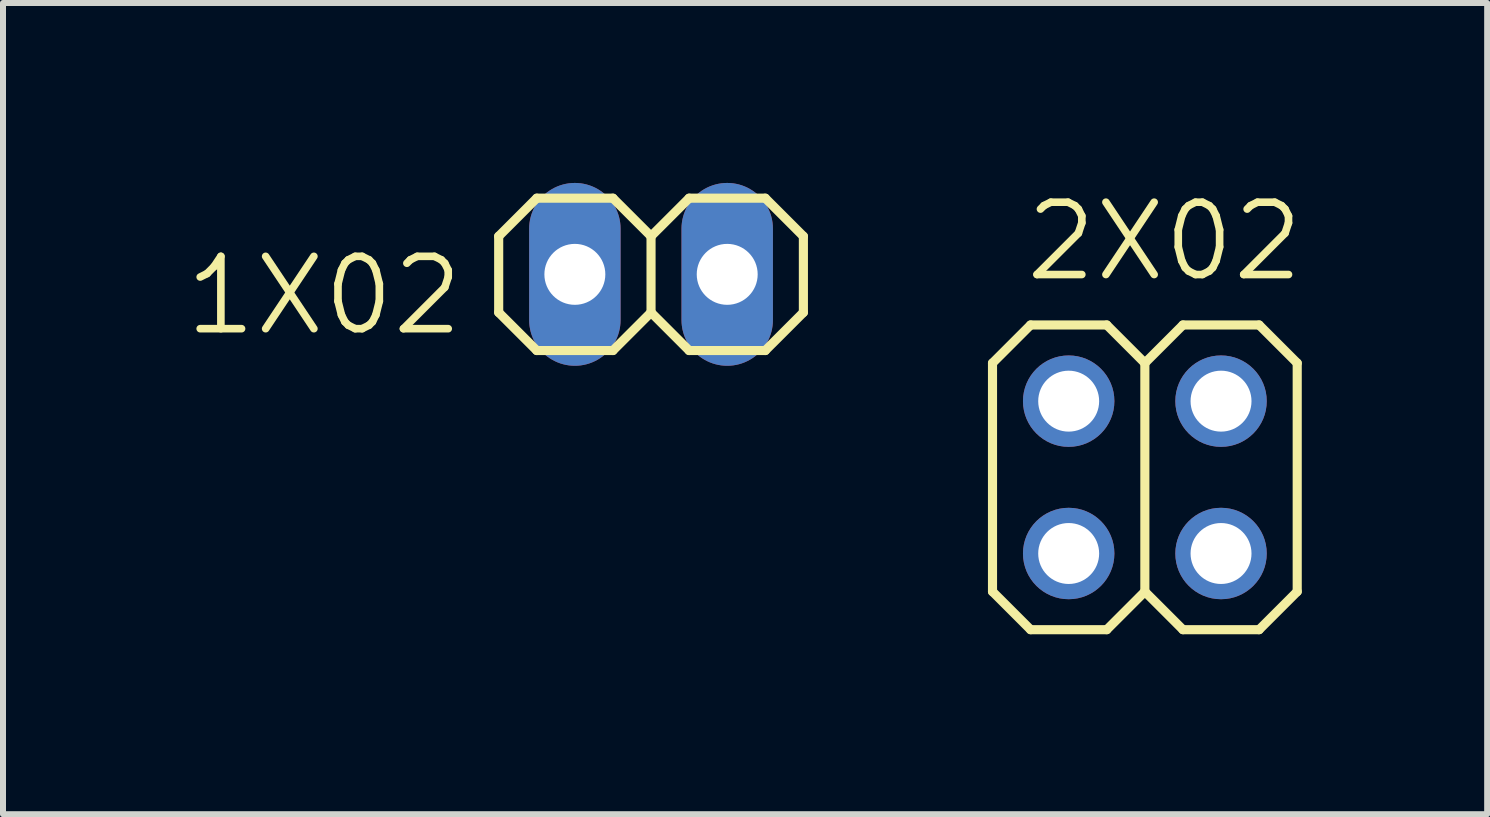
<source format=kicad_pcb>
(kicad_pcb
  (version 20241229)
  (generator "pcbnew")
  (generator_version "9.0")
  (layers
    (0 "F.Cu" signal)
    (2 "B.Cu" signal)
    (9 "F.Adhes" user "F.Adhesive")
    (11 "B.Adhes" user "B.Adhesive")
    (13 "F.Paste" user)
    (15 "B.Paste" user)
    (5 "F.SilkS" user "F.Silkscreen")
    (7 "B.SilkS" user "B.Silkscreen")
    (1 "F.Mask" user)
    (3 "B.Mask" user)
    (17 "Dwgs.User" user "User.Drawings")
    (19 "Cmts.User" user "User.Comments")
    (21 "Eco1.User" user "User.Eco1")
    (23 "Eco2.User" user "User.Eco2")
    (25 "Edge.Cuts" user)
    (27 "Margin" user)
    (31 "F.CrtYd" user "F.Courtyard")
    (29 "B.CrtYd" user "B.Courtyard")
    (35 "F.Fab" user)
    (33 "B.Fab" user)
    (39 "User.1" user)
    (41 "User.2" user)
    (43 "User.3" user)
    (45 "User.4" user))
  (footprint "2X02"
    (layer "F.Cu")
    (at 16.037 4.908)
    (property "Reference" "2X02" (at 2.708 -4.638 0) (layer "F.SilkS") (effects (font (size 1.206 1.206) (thickness 0.127)) (justify right top)))
    (attr through_hole)
    (fp_line (start -2.54 -1.905) (end -1.905 -2.54) (stroke (width 0.152) (type solid)) (layer "F.SilkS"))
    (fp_line (start -2.54 1.905) (end -2.54 -1.905) (stroke (width 0.152) (type solid)) (layer "F.SilkS"))
    (fp_line (start -2.54 1.905) (end -1.905 2.54) (stroke (width 0.152) (type solid)) (layer "F.SilkS"))
    (fp_line (start -1.905 -2.54) (end -0.635 -2.54) (stroke (width 0.152) (type solid)) (layer "F.SilkS"))
    (fp_line (start -1.905 2.54) (end -0.635 2.54) (stroke (width 0.152) (type solid)) (layer "F.SilkS"))
    (fp_line (start -0.635 -2.54) (end 0 -1.905) (stroke (width 0.152) (type solid)) (layer "F.SilkS"))
    (fp_line (start -0.635 2.54) (end 0 1.905) (stroke (width 0.152) (type solid)) (layer "F.SilkS"))
    (fp_line (start 0 -1.905) (end 0 1.905) (stroke (width 0.152) (type solid)) (layer "F.SilkS"))
    (fp_line (start 0 -1.905) (end 0.635 -2.54) (stroke (width 0.152) (type solid)) (layer "F.SilkS"))
    (fp_line (start 0 1.905) (end 0.635 2.54) (stroke (width 0.152) (type solid)) (layer "F.SilkS"))
    (fp_line (start 0.635 -2.54) (end 1.905 -2.54) (stroke (width 0.152) (type solid)) (layer "F.SilkS"))
    (fp_line (start 0.635 2.54) (end 1.905 2.54) (stroke (width 0.152) (type solid)) (layer "F.SilkS"))
    (fp_line (start 1.905 -2.54) (end 2.54 -1.905) (stroke (width 0.152) (type solid)) (layer "F.SilkS"))
    (fp_line (start 1.905 2.54) (end 2.54 1.905) (stroke (width 0.152) (type solid)) (layer "F.SilkS"))
    (fp_line (start 2.54 -1.905) (end 2.54 1.905) (stroke (width 0.152) (type solid)) (layer "F.SilkS"))
    (fp_poly (pts (xy -1.524 -1.016) (xy -1.016 -1.016) (xy -1.016 -1.524) (xy -1.524 -1.524)) (stroke (width 0.1) (type solid)) (fill no) (layer "F.Fab"))
    (fp_poly (pts (xy -1.524 1.524) (xy -1.016 1.524) (xy -1.016 1.016) (xy -1.524 1.016)) (stroke (width 0.1) (type solid)) (fill no) (layer "F.Fab"))
    (fp_poly (pts (xy 1.016 -1.016) (xy 1.524 -1.016) (xy 1.524 -1.524) (xy 1.016 -1.524)) (stroke (width 0.1) (type solid)) (fill no) (layer "F.Fab"))
    (fp_poly (pts (xy 1.016 1.524) (xy 1.524 1.524) (xy 1.524 1.016) (xy 1.016 1.016)) (stroke (width 0.1) (type solid)) (fill no) (layer "F.Fab"))
    (pad "1" thru_hole circle (at -1.27 1.27) (size 1.524 1.524) (drill 1.016) (layers "*.Cu" "*.Mask"))
    (pad "2" thru_hole circle (at -1.27 -1.27) (size 1.524 1.524) (drill 1.016) (layers "*.Cu" "*.Mask"))
    (pad "3" thru_hole circle (at 1.27 1.27) (size 1.524 1.524) (drill 1.016) (layers "*.Cu" "*.Mask"))
    (pad "4" thru_hole circle (at 1.27 -1.27) (size 1.524 1.524) (drill 1.016) (layers "*.Cu" "*.Mask")))
  (footprint "1X02"
    (layer "F.Cu")
    (at 7.804 1.524)
    (property "Reference" "1X02" (at -3.068 -0.351 0) (layer "F.SilkS") (effects (font (size 1.206 1.206) (thickness 0.127)) (justify right top)))
    (attr through_hole)
    (fp_line (start -2.54 -0.635) (end -2.54 0.635) (stroke (width 0.152) (type solid)) (layer "F.SilkS"))
    (fp_line (start -2.54 0.635) (end -1.905 1.27) (stroke (width 0.152) (type solid)) (layer "F.SilkS"))
    (fp_line (start -1.905 -1.27) (end -2.54 -0.635) (stroke (width 0.152) (type solid)) (layer "F.SilkS"))
    (fp_line (start -1.905 -1.27) (end -0.635 -1.27) (stroke (width 0.152) (type solid)) (layer "F.SilkS"))
    (fp_line (start -0.635 -1.27) (end 0 -0.635) (stroke (width 0.152) (type solid)) (layer "F.SilkS"))
    (fp_line (start -0.635 1.27) (end -1.905 1.27) (stroke (width 0.152) (type solid)) (layer "F.SilkS"))
    (fp_line (start 0 -0.635) (end 0 0.635) (stroke (width 0.152) (type solid)) (layer "F.SilkS"))
    (fp_line (start 0 -0.635) (end 0.635 -1.27) (stroke (width 0.152) (type solid)) (layer "F.SilkS"))
    (fp_line (start 0 0.635) (end -0.635 1.27) (stroke (width 0.152) (type solid)) (layer "F.SilkS"))
    (fp_line (start 0.635 -1.27) (end 1.905 -1.27) (stroke (width 0.152) (type solid)) (layer "F.SilkS"))
    (fp_line (start 0.635 1.27) (end 0 0.635) (stroke (width 0.152) (type solid)) (layer "F.SilkS"))
    (fp_line (start 1.905 -1.27) (end 2.54 -0.635) (stroke (width 0.152) (type solid)) (layer "F.SilkS"))
    (fp_line (start 1.905 1.27) (end 0.635 1.27) (stroke (width 0.152) (type solid)) (layer "F.SilkS"))
    (fp_line (start 2.54 -0.635) (end 2.54 0.635) (stroke (width 0.152) (type solid)) (layer "F.SilkS"))
    (fp_line (start 2.54 0.635) (end 1.905 1.27) (stroke (width 0.152) (type solid)) (layer "F.SilkS"))
    (fp_poly (pts (xy -1.524 0.254) (xy -1.016 0.254) (xy -1.016 -0.254) (xy -1.524 -0.254)) (stroke (width 0.1) (type solid)) (fill no) (layer "F.Fab"))
    (fp_poly (pts (xy 1.016 0.254) (xy 1.524 0.254) (xy 1.524 -0.254) (xy 1.016 -0.254)) (stroke (width 0.1) (type solid)) (fill no) (layer "F.Fab"))
    (pad "1" thru_hole oval (at -1.27 0 90) (size 3.048 1.524) (drill 1.016) (layers "*.Cu" "*.Mask"))
    (pad "2" thru_hole oval (at 1.27 0 90) (size 3.048 1.524) (drill 1.016) (layers "*.Cu" "*.Mask")))
  (gr_rect
    (start -3 -3)
    (end 21.744 10.524)
    (stroke (width 0.1) (type default))
    (fill no)
    (layer "Edge.Cuts")))
</source>
